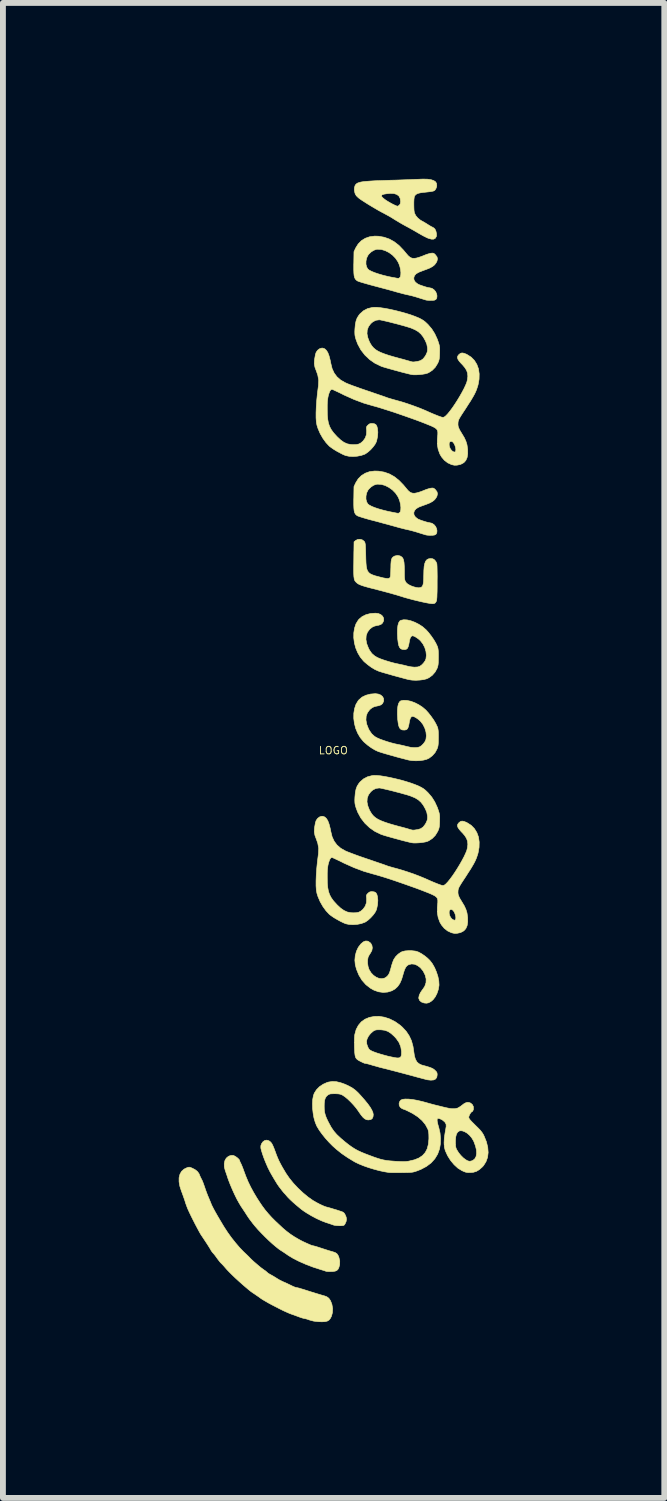
<source format=kicad_pcb>
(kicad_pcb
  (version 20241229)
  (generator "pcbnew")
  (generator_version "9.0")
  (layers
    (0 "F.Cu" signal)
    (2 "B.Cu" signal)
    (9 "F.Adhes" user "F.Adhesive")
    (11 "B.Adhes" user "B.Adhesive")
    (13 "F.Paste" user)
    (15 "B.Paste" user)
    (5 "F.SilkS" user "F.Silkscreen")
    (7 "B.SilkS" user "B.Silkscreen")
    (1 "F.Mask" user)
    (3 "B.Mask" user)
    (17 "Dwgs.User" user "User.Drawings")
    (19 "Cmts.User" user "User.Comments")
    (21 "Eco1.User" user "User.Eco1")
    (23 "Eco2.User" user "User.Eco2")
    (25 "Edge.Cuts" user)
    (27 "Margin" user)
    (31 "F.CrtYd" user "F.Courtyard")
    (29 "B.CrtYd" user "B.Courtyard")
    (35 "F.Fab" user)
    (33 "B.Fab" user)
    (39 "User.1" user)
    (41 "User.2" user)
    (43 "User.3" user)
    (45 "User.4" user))
  (footprint "LOGO"
    (layer "F.Cu")
    (at 2.636 9.753)
    (property "Reference" "LOGO" (at 0 0 0) (layer "F.SilkS") (effects (font (size 0.127 0.127) (thickness 0.000001))))
    (attr through_hole)
    (fp_poly (pts (xy -1.113 6.653) (xy -1.088 6.665) (xy -1.068 6.682) (xy -1.05 6.704) (xy -1.033 6.737) (xy -1.014 6.781) (xy -0.992 6.839) (xy -0.97 6.9) (xy -0.948 6.954) (xy -0.926 7.003) (xy -0.9 7.054) (xy -0.87 7.109) (xy -0.832 7.173) (xy -0.807 7.215) (xy -0.75 7.298) (xy -0.681 7.383) (xy -0.602 7.467) (xy -0.517 7.547) (xy -0.43 7.619) (xy -0.346 7.678) (xy -0.339 7.682) (xy -0.289 7.711) (xy -0.236 7.739) (xy -0.185 7.763) (xy -0.142 7.781) (xy -0.113 7.79) (xy -0.081 7.798) (xy -0.04 7.81) (xy 0.006 7.824) (xy 0.054 7.838) (xy 0.099 7.853) (xy 0.136 7.865) (xy 0.162 7.875) (xy 0.169 7.879) (xy 0.189 7.897) (xy 0.206 7.928) (xy 0.22 7.963) (xy 0.225 7.998) (xy 0.225 7.998) (xy 0.219 8.036) (xy 0.202 8.074) (xy 0.19 8.093) (xy 0.178 8.102) (xy 0.16 8.106) (xy 0.13 8.108) (xy 0.104 8.108) (xy 0.064 8.106) (xy 0.027 8.102) (xy 0.001 8.096) (xy 0 8.095) (xy -0.023 8.087) (xy -0.058 8.075) (xy -0.1 8.061) (xy -0.126 8.053) (xy -0.201 8.024) (xy -0.284 7.986) (xy -0.369 7.941) (xy -0.45 7.893) (xy -0.505 7.857) (xy -0.546 7.827) (xy -0.592 7.789) (xy -0.642 7.747) (xy -0.69 7.705) (xy -0.734 7.664) (xy -0.77 7.628) (xy -0.793 7.602) (xy -0.812 7.579) (xy -0.827 7.562) (xy -0.831 7.559) (xy -0.843 7.546) (xy -0.861 7.524) (xy -0.871 7.512) (xy -0.89 7.487) (xy -0.906 7.466) (xy -0.911 7.46) (xy -0.93 7.435) (xy -0.956 7.397) (xy -0.985 7.35) (xy -1.017 7.297) (xy -1.049 7.242) (xy -1.079 7.189) (xy -1.103 7.141) (xy -1.111 7.126) (xy -1.137 7.067) (xy -1.164 7.003) (xy -1.189 6.938) (xy -1.21 6.877) (xy -1.226 6.824) (xy -1.236 6.784) (xy -1.236 6.744) (xy -1.223 6.708) (xy -1.201 6.677) (xy -1.173 6.656) (xy -1.14 6.648) (xy -1.113 6.653)) (stroke (width 0.01) (type solid)) (fill yes) (layer "F.SilkS"))
    (fp_poly (pts (xy 0.582 3.252) (xy 0.602 3.26) (xy 0.638 3.287) (xy 0.659 3.325) (xy 0.666 3.368) (xy 0.658 3.413) (xy 0.634 3.457) (xy 0.633 3.458) (xy 0.613 3.489) (xy 0.596 3.522) (xy 0.593 3.531) (xy 0.585 3.576) (xy 0.585 3.629) (xy 0.593 3.684) (xy 0.608 3.732) (xy 0.612 3.74) (xy 0.644 3.793) (xy 0.685 3.836) (xy 0.731 3.868) (xy 0.779 3.888) (xy 0.827 3.894) (xy 0.872 3.885) (xy 0.894 3.873) (xy 0.92 3.853) (xy 0.94 3.829) (xy 0.957 3.798) (xy 0.971 3.757) (xy 0.984 3.711) (xy 0.996 3.665) (xy 1.011 3.619) (xy 1.025 3.582) (xy 1.031 3.568) (xy 1.063 3.519) (xy 1.107 3.475) (xy 1.156 3.441) (xy 1.183 3.43) (xy 1.225 3.42) (xy 1.279 3.416) (xy 1.337 3.416) (xy 1.392 3.422) (xy 1.411 3.425) (xy 1.454 3.44) (xy 1.504 3.467) (xy 1.556 3.502) (xy 1.606 3.542) (xy 1.647 3.582) (xy 1.69 3.638) (xy 1.728 3.705) (xy 1.76 3.78) (xy 1.785 3.857) (xy 1.8 3.932) (xy 1.804 3.999) (xy 1.803 4.013) (xy 1.791 4.08) (xy 1.769 4.145) (xy 1.739 4.204) (xy 1.702 4.252) (xy 1.667 4.282) (xy 1.628 4.304) (xy 1.591 4.312) (xy 1.549 4.308) (xy 1.546 4.307) (xy 1.503 4.291) (xy 1.473 4.265) (xy 1.459 4.231) (xy 1.458 4.219) (xy 1.466 4.178) (xy 1.487 4.132) (xy 1.518 4.086) (xy 1.523 4.081) (xy 1.561 4.024) (xy 1.582 3.962) (xy 1.584 3.898) (xy 1.568 3.833) (xy 1.535 3.767) (xy 1.529 3.758) (xy 1.486 3.706) (xy 1.437 3.669) (xy 1.387 3.647) (xy 1.336 3.642) (xy 1.286 3.654) (xy 1.283 3.656) (xy 1.256 3.674) (xy 1.234 3.702) (xy 1.215 3.742) (xy 1.197 3.797) (xy 1.19 3.823) (xy 1.165 3.906) (xy 1.135 3.974) (xy 1.098 4.027) (xy 1.053 4.069) (xy 0.999 4.1) (xy 0.927 4.122) (xy 0.85 4.128) (xy 0.771 4.117) (xy 0.693 4.089) (xy 0.634 4.056) (xy 0.556 3.995) (xy 0.489 3.919) (xy 0.436 3.831) (xy 0.395 3.731) (xy 0.375 3.653) (xy 0.368 3.578) (xy 0.375 3.501) (xy 0.395 3.426) (xy 0.427 3.358) (xy 0.47 3.302) (xy 0.473 3.299) (xy 0.512 3.266) (xy 0.548 3.251) (xy 0.582 3.252)) (stroke (width 0.01) (type solid)) (fill yes) (layer "F.SilkS"))
    (fp_poly (pts (xy -1.707 6.909) (xy -1.691 6.915) (xy -1.667 6.928) (xy -1.64 6.947) (xy -1.617 6.968) (xy -1.602 6.986) (xy -1.599 6.994) (xy -1.595 7.008) (xy -1.585 7.031) (xy -1.579 7.042) (xy -1.566 7.069) (xy -1.551 7.106) (xy -1.535 7.147) (xy -1.533 7.154) (xy -1.493 7.262) (xy -1.453 7.358) (xy -1.409 7.449) (xy -1.36 7.539) (xy -1.303 7.635) (xy -1.255 7.709) (xy -1.209 7.777) (xy -1.161 7.841) (xy -1.11 7.902) (xy -1.053 7.965) (xy -0.987 8.031) (xy -0.909 8.104) (xy -0.861 8.149) (xy -0.797 8.203) (xy -0.728 8.255) (xy -0.661 8.299) (xy -0.643 8.309) (xy -0.613 8.327) (xy -0.585 8.343) (xy -0.574 8.349) (xy -0.548 8.363) (xy -0.514 8.38) (xy -0.475 8.398) (xy -0.435 8.416) (xy -0.399 8.432) (xy -0.371 8.443) (xy -0.355 8.448) (xy -0.354 8.448) (xy -0.339 8.451) (xy -0.311 8.458) (xy -0.274 8.469) (xy -0.252 8.476) (xy -0.182 8.499) (xy -0.126 8.517) (xy -0.083 8.531) (xy -0.049 8.541) (xy -0.021 8.549) (xy -0.01 8.552) (xy 0.032 8.566) (xy 0.062 8.586) (xy 0.082 8.615) (xy 0.094 8.642) (xy 0.11 8.707) (xy 0.109 8.769) (xy 0.097 8.816) (xy 0.082 8.849) (xy 0.062 8.87) (xy 0.032 8.883) (xy -0.009 8.889) (xy -0.045 8.89) (xy -0.08 8.89) (xy -0.107 8.888) (xy -0.122 8.886) (xy -0.123 8.886) (xy -0.133 8.882) (xy -0.158 8.873) (xy -0.192 8.863) (xy -0.221 8.854) (xy -0.348 8.813) (xy -0.468 8.767) (xy -0.58 8.718) (xy -0.681 8.667) (xy -0.766 8.616) (xy -0.79 8.599) (xy -0.825 8.575) (xy -0.861 8.551) (xy -0.889 8.533) (xy -0.89 8.533) (xy -0.932 8.504) (xy -0.983 8.463) (xy -1.041 8.414) (xy -1.103 8.357) (xy -1.166 8.296) (xy -1.228 8.233) (xy -1.286 8.172) (xy -1.337 8.113) (xy -1.373 8.069) (xy -1.403 8.029) (xy -1.426 7.999) (xy -1.446 7.971) (xy -1.466 7.941) (xy -1.491 7.902) (xy -1.517 7.862) (xy -1.545 7.82) (xy -1.568 7.785) (xy -1.572 7.78) (xy -1.606 7.723) (xy -1.645 7.653) (xy -1.684 7.574) (xy -1.722 7.49) (xy -1.758 7.405) (xy -1.789 7.325) (xy -1.801 7.291) (xy -1.815 7.247) (xy -1.831 7.201) (xy -1.844 7.164) (xy -1.859 7.104) (xy -1.86 7.047) (xy -1.849 6.997) (xy -1.826 6.956) (xy -1.791 6.926) (xy -1.763 6.914) (xy -1.732 6.908) (xy -1.707 6.909)) (stroke (width 0.01) (type solid)) (fill yes) (layer "F.SilkS"))
    (fp_poly (pts (xy 0.874 4.551) (xy 0.966 4.582) (xy 1.056 4.628) (xy 1.142 4.689) (xy 1.177 4.72) (xy 1.244 4.792) (xy 1.295 4.869) (xy 1.334 4.953) (xy 1.36 5.049) (xy 1.373 5.136) (xy 1.384 5.21) (xy 1.401 5.267) (xy 1.425 5.311) (xy 1.458 5.342) (xy 1.501 5.364) (xy 1.528 5.372) (xy 1.591 5.389) (xy 1.639 5.404) (xy 1.676 5.418) (xy 1.704 5.432) (xy 1.727 5.449) (xy 1.734 5.456) (xy 1.757 5.479) (xy 1.768 5.497) (xy 1.772 5.519) (xy 1.772 5.537) (xy 1.765 5.577) (xy 1.745 5.605) (xy 1.712 5.621) (xy 1.664 5.625) (xy 1.609 5.619) (xy 1.591 5.615) (xy 1.56 5.607) (xy 1.518 5.596) (xy 1.47 5.583) (xy 1.453 5.579) (xy 1.37 5.556) (xy 1.277 5.531) (xy 1.18 5.505) (xy 1.082 5.479) (xy 0.989 5.455) (xy 0.905 5.433) (xy 0.847 5.419) (xy 0.791 5.405) (xy 0.732 5.388) (xy 0.677 5.373) (xy 0.641 5.362) (xy 0.603 5.351) (xy 0.571 5.343) (xy 0.551 5.339) (xy 0.546 5.339) (xy 0.535 5.337) (xy 0.512 5.328) (xy 0.481 5.313) (xy 0.47 5.308) (xy 0.436 5.29) (xy 0.41 5.273) (xy 0.392 5.255) (xy 0.379 5.232) (xy 0.371 5.2) (xy 0.366 5.158) (xy 0.363 5.102) (xy 0.361 5.06) (xy 0.36 4.984) (xy 0.567 4.984) (xy 0.574 5.017) (xy 0.585 5.048) (xy 0.599 5.08) (xy 0.613 5.1) (xy 0.633 5.115) (xy 0.659 5.129) (xy 0.698 5.145) (xy 0.748 5.163) (xy 0.807 5.181) (xy 0.87 5.199) (xy 0.933 5.216) (xy 0.993 5.229) (xy 1.046 5.24) (xy 1.088 5.246) (xy 1.11 5.246) (xy 1.137 5.24) (xy 1.154 5.223) (xy 1.155 5.221) (xy 1.163 5.192) (xy 1.164 5.147) (xy 1.164 5.131) (xy 1.151 5.054) (xy 1.122 4.983) (xy 1.075 4.915) (xy 1.04 4.877) (xy 0.986 4.828) (xy 0.934 4.794) (xy 0.88 4.774) (xy 0.819 4.766) (xy 0.793 4.765) (xy 0.754 4.765) (xy 0.727 4.768) (xy 0.706 4.775) (xy 0.685 4.787) (xy 0.676 4.793) (xy 0.636 4.829) (xy 0.601 4.873) (xy 0.577 4.92) (xy 0.569 4.952) (xy 0.567 4.984) (xy 0.36 4.984) (xy 0.36 4.977) (xy 0.361 4.91) (xy 0.365 4.859) (xy 0.367 4.845) (xy 0.39 4.761) (xy 0.428 4.689) (xy 0.478 4.63) (xy 0.541 4.585) (xy 0.615 4.554) (xy 0.699 4.538) (xy 0.782 4.536) (xy 0.874 4.551)) (stroke (width 0.01) (type solid)) (fill yes) (layer "F.SilkS"))
    (fp_poly (pts (xy 0.743 -7.56) (xy 0.808 -7.553) (xy 0.884 -7.542) (xy 0.967 -7.526) (xy 1.056 -7.506) (xy 1.146 -7.483) (xy 1.234 -7.459) (xy 1.317 -7.433) (xy 1.392 -7.406) (xy 1.455 -7.38) (xy 1.458 -7.379) (xy 1.503 -7.356) (xy 1.538 -7.335) (xy 1.57 -7.31) (xy 1.605 -7.277) (xy 1.618 -7.264) (xy 1.68 -7.191) (xy 1.731 -7.11) (xy 1.774 -7.017) (xy 1.792 -6.966) (xy 1.803 -6.932) (xy 1.81 -6.903) (xy 1.814 -6.874) (xy 1.815 -6.84) (xy 1.814 -6.794) (xy 1.814 -6.778) (xy 1.812 -6.728) (xy 1.809 -6.692) (xy 1.804 -6.664) (xy 1.796 -6.639) (xy 1.785 -6.613) (xy 1.78 -6.603) (xy 1.74 -6.538) (xy 1.688 -6.485) (xy 1.628 -6.446) (xy 1.605 -6.436) (xy 1.57 -6.426) (xy 1.522 -6.418) (xy 1.469 -6.412) (xy 1.416 -6.409) (xy 1.369 -6.409) (xy 1.336 -6.413) (xy 1.296 -6.422) (xy 1.244 -6.435) (xy 1.183 -6.45) (xy 1.118 -6.468) (xy 1.051 -6.486) (xy 0.986 -6.504) (xy 0.926 -6.521) (xy 0.874 -6.536) (xy 0.835 -6.548) (xy 0.814 -6.556) (xy 0.712 -6.605) (xy 0.62 -6.669) (xy 0.539 -6.746) (xy 0.47 -6.835) (xy 0.417 -6.933) (xy 0.389 -7.007) (xy 0.378 -7.044) (xy 0.371 -7.075) (xy 0.368 -7.105) (xy 0.368 -7.109) (xy 0.575 -7.109) (xy 0.59 -7.039) (xy 0.614 -6.977) (xy 0.636 -6.935) (xy 0.66 -6.899) (xy 0.687 -6.868) (xy 0.721 -6.839) (xy 0.762 -6.813) (xy 0.812 -6.789) (xy 0.874 -6.765) (xy 0.948 -6.74) (xy 1.037 -6.714) (xy 1.143 -6.685) (xy 1.148 -6.684) (xy 1.201 -6.67) (xy 1.249 -6.656) (xy 1.289 -6.645) (xy 1.316 -6.637) (xy 1.326 -6.634) (xy 1.354 -6.628) (xy 1.373 -6.628) (xy 1.398 -6.631) (xy 1.429 -6.636) (xy 1.439 -6.637) (xy 1.491 -6.652) (xy 1.534 -6.682) (xy 1.57 -6.729) (xy 1.582 -6.751) (xy 1.598 -6.786) (xy 1.606 -6.813) (xy 1.608 -6.84) (xy 1.607 -6.87) (xy 1.595 -6.933) (xy 1.571 -6.99) (xy 1.535 -7.054) (xy 1.496 -7.104) (xy 1.45 -7.145) (xy 1.394 -7.178) (xy 1.324 -7.208) (xy 1.289 -7.219) (xy 1.247 -7.232) (xy 1.195 -7.247) (xy 1.136 -7.263) (xy 1.073 -7.28) (xy 1.009 -7.296) (xy 0.948 -7.312) (xy 0.892 -7.325) (xy 0.844 -7.336) (xy 0.807 -7.344) (xy 0.785 -7.347) (xy 0.783 -7.347) (xy 0.726 -7.339) (xy 0.675 -7.313) (xy 0.639 -7.282) (xy 0.6 -7.23) (xy 0.579 -7.172) (xy 0.575 -7.109) (xy 0.368 -7.109) (xy 0.367 -7.142) (xy 0.369 -7.19) (xy 0.376 -7.266) (xy 0.388 -7.327) (xy 0.407 -7.378) (xy 0.436 -7.424) (xy 0.457 -7.45) (xy 0.516 -7.502) (xy 0.585 -7.538) (xy 0.663 -7.557) (xy 0.693 -7.56) (xy 0.743 -7.56)) (stroke (width 0.01) (type solid)) (fill yes) (layer "F.SilkS"))
    (fp_poly (pts (xy 0.743 0.427) (xy 0.808 0.433) (xy 0.884 0.445) (xy 0.967 0.461) (xy 1.056 0.481) (xy 1.146 0.503) (xy 1.234 0.528) (xy 1.317 0.554) (xy 1.392 0.581) (xy 1.455 0.607) (xy 1.458 0.608) (xy 1.503 0.631) (xy 1.538 0.652) (xy 1.57 0.677) (xy 1.605 0.71) (xy 1.618 0.723) (xy 1.68 0.796) (xy 1.731 0.877) (xy 1.774 0.97) (xy 1.792 1.021) (xy 1.803 1.055) (xy 1.81 1.084) (xy 1.814 1.112) (xy 1.815 1.147) (xy 1.814 1.193) (xy 1.814 1.209) (xy 1.812 1.259) (xy 1.809 1.295) (xy 1.804 1.323) (xy 1.796 1.348) (xy 1.785 1.374) (xy 1.78 1.384) (xy 1.74 1.449) (xy 1.688 1.502) (xy 1.628 1.541) (xy 1.605 1.551) (xy 1.57 1.561) (xy 1.522 1.569) (xy 1.469 1.575) (xy 1.416 1.578) (xy 1.369 1.578) (xy 1.336 1.574) (xy 1.296 1.565) (xy 1.244 1.552) (xy 1.183 1.537) (xy 1.118 1.519) (xy 1.051 1.501) (xy 0.986 1.483) (xy 0.926 1.466) (xy 0.874 1.451) (xy 0.835 1.438) (xy 0.814 1.431) (xy 0.712 1.382) (xy 0.62 1.318) (xy 0.539 1.241) (xy 0.47 1.152) (xy 0.417 1.054) (xy 0.389 0.98) (xy 0.378 0.943) (xy 0.371 0.912) (xy 0.368 0.882) (xy 0.368 0.878) (xy 0.575 0.878) (xy 0.59 0.948) (xy 0.614 1.01) (xy 0.636 1.051) (xy 0.66 1.088) (xy 0.687 1.119) (xy 0.721 1.148) (xy 0.762 1.174) (xy 0.812 1.198) (xy 0.874 1.222) (xy 0.948 1.247) (xy 1.037 1.273) (xy 1.143 1.302) (xy 1.148 1.303) (xy 1.201 1.317) (xy 1.249 1.33) (xy 1.289 1.342) (xy 1.316 1.35) (xy 1.326 1.353) (xy 1.354 1.359) (xy 1.373 1.359) (xy 1.398 1.356) (xy 1.429 1.351) (xy 1.439 1.35) (xy 1.491 1.335) (xy 1.534 1.305) (xy 1.57 1.258) (xy 1.582 1.236) (xy 1.598 1.201) (xy 1.606 1.174) (xy 1.608 1.146) (xy 1.607 1.117) (xy 1.595 1.054) (xy 1.571 0.997) (xy 1.535 0.933) (xy 1.496 0.883) (xy 1.45 0.842) (xy 1.394 0.808) (xy 1.324 0.779) (xy 1.289 0.767) (xy 1.247 0.754) (xy 1.195 0.74) (xy 1.136 0.723) (xy 1.073 0.707) (xy 1.009 0.69) (xy 0.948 0.675) (xy 0.892 0.662) (xy 0.844 0.651) (xy 0.807 0.643) (xy 0.785 0.64) (xy 0.783 0.64) (xy 0.726 0.648) (xy 0.675 0.674) (xy 0.639 0.705) (xy 0.6 0.757) (xy 0.579 0.815) (xy 0.575 0.878) (xy 0.368 0.878) (xy 0.367 0.845) (xy 0.369 0.797) (xy 0.376 0.721) (xy 0.388 0.66) (xy 0.407 0.609) (xy 0.436 0.563) (xy 0.457 0.537) (xy 0.516 0.485) (xy 0.585 0.449) (xy 0.663 0.429) (xy 0.693 0.426) (xy 0.743 0.427)) (stroke (width 0.01) (type solid)) (fill yes) (layer "F.SilkS"))
    (fp_poly (pts (xy 1.607 -9.746) (xy 1.669 -9.737) (xy 1.714 -9.722) (xy 1.745 -9.701) (xy 1.762 -9.672) (xy 1.765 -9.636) (xy 1.764 -9.623) (xy 1.754 -9.592) (xy 1.739 -9.566) (xy 1.736 -9.562) (xy 1.727 -9.554) (xy 1.718 -9.548) (xy 1.705 -9.543) (xy 1.686 -9.539) (xy 1.658 -9.534) (xy 1.617 -9.529) (xy 1.562 -9.523) (xy 1.538 -9.521) (xy 1.483 -9.513) (xy 1.443 -9.503) (xy 1.415 -9.489) (xy 1.395 -9.47) (xy 1.385 -9.454) (xy 1.38 -9.433) (xy 1.376 -9.399) (xy 1.374 -9.355) (xy 1.374 -9.307) (xy 1.375 -9.259) (xy 1.377 -9.216) (xy 1.382 -9.182) (xy 1.384 -9.171) (xy 1.406 -9.126) (xy 1.442 -9.083) (xy 1.487 -9.047) (xy 1.509 -9.034) (xy 1.544 -9.015) (xy 1.584 -8.991) (xy 1.609 -8.975) (xy 1.641 -8.955) (xy 1.672 -8.937) (xy 1.691 -8.928) (xy 1.716 -8.913) (xy 1.735 -8.894) (xy 1.751 -8.859) (xy 1.76 -8.818) (xy 1.761 -8.78) (xy 1.757 -8.767) (xy 1.74 -8.738) (xy 1.712 -8.723) (xy 1.674 -8.723) (xy 1.624 -8.737) (xy 1.608 -8.743) (xy 1.579 -8.757) (xy 1.539 -8.777) (xy 1.494 -8.802) (xy 1.452 -8.826) (xy 1.399 -8.857) (xy 1.339 -8.891) (xy 1.28 -8.924) (xy 1.246 -8.942) (xy 1.193 -8.971) (xy 1.134 -9.005) (xy 1.076 -9.04) (xy 1.041 -9.061) (xy 0.994 -9.091) (xy 0.942 -9.121) (xy 0.894 -9.147) (xy 0.863 -9.164) (xy 0.817 -9.188) (xy 0.763 -9.218) (xy 0.705 -9.252) (xy 0.644 -9.288) (xy 0.585 -9.324) (xy 0.53 -9.359) (xy 0.482 -9.39) (xy 0.445 -9.416) (xy 0.425 -9.432) (xy 0.395 -9.462) (xy 0.39 -9.469) (xy 0.821 -9.469) (xy 0.824 -9.452) (xy 0.843 -9.43) (xy 0.877 -9.402) (xy 0.907 -9.381) (xy 0.945 -9.358) (xy 0.985 -9.335) (xy 1.025 -9.314) (xy 1.06 -9.298) (xy 1.086 -9.287) (xy 1.096 -9.285) (xy 1.11 -9.291) (xy 1.127 -9.304) (xy 1.142 -9.325) (xy 1.147 -9.354) (xy 1.148 -9.366) (xy 1.141 -9.418) (xy 1.12 -9.458) (xy 1.085 -9.485) (xy 1.036 -9.501) (xy 0.973 -9.504) (xy 0.918 -9.499) (xy 0.867 -9.491) (xy 0.835 -9.481) (xy 0.821 -9.469) (xy 0.39 -9.469) (xy 0.376 -9.491) (xy 0.368 -9.515) (xy 0.359 -9.561) (xy 0.36 -9.598) (xy 0.37 -9.632) (xy 0.372 -9.638) (xy 0.382 -9.654) (xy 0.395 -9.667) (xy 0.413 -9.679) (xy 0.438 -9.688) (xy 0.47 -9.697) (xy 0.513 -9.704) (xy 0.566 -9.709) (xy 0.631 -9.714) (xy 0.711 -9.719) (xy 0.805 -9.722) (xy 0.916 -9.726) (xy 0.974 -9.728) (xy 1.059 -9.73) (xy 1.143 -9.733) (xy 1.222 -9.736) (xy 1.294 -9.738) (xy 1.356 -9.741) (xy 1.404 -9.743) (xy 1.435 -9.744) (xy 1.53 -9.748) (xy 1.607 -9.746)) (stroke (width 0.01) (type solid)) (fill yes) (layer "F.SilkS"))
    (fp_poly (pts (xy 0.492 -3.594) (xy 0.524 -3.571) (xy 0.533 -3.56) (xy 0.539 -3.548) (xy 0.543 -3.532) (xy 0.547 -3.508) (xy 0.549 -3.473) (xy 0.551 -3.425) (xy 0.553 -3.362) (xy 0.553 -3.36) (xy 0.555 -3.271) (xy 0.558 -3.198) (xy 0.563 -3.14) (xy 0.572 -3.095) (xy 0.586 -3.06) (xy 0.607 -3.033) (xy 0.634 -3.012) (xy 0.671 -2.995) (xy 0.717 -2.979) (xy 0.775 -2.964) (xy 0.793 -2.959) (xy 0.853 -2.944) (xy 0.898 -2.936) (xy 0.931 -2.933) (xy 0.952 -2.937) (xy 0.966 -2.947) (xy 0.973 -2.962) (xy 0.976 -2.978) (xy 0.978 -3.009) (xy 0.98 -3.051) (xy 0.981 -3.099) (xy 0.982 -3.117) (xy 0.983 -3.179) (xy 0.987 -3.226) (xy 0.993 -3.259) (xy 1.003 -3.283) (xy 1.019 -3.3) (xy 1.04 -3.313) (xy 1.051 -3.318) (xy 1.096 -3.327) (xy 1.139 -3.319) (xy 1.171 -3.299) (xy 1.187 -3.279) (xy 1.199 -3.248) (xy 1.207 -3.205) (xy 1.211 -3.147) (xy 1.213 -3.073) (xy 1.213 -3.043) (xy 1.213 -2.985) (xy 1.215 -2.941) (xy 1.22 -2.909) (xy 1.228 -2.886) (xy 1.241 -2.866) (xy 1.258 -2.848) (xy 1.287 -2.828) (xy 1.327 -2.808) (xy 1.374 -2.791) (xy 1.419 -2.78) (xy 1.454 -2.775) (xy 1.483 -2.778) (xy 1.505 -2.786) (xy 1.521 -2.804) (xy 1.532 -2.832) (xy 1.539 -2.872) (xy 1.542 -2.928) (xy 1.543 -2.986) (xy 1.545 -3.071) (xy 1.55 -3.139) (xy 1.561 -3.191) (xy 1.576 -3.229) (xy 1.598 -3.255) (xy 1.625 -3.269) (xy 1.66 -3.274) (xy 1.66 -3.274) (xy 1.692 -3.271) (xy 1.715 -3.261) (xy 1.731 -3.247) (xy 1.751 -3.221) (xy 1.765 -3.192) (xy 1.766 -3.188) (xy 1.768 -3.171) (xy 1.77 -3.138) (xy 1.771 -3.091) (xy 1.772 -3.032) (xy 1.773 -2.966) (xy 1.772 -2.894) (xy 1.772 -2.863) (xy 1.772 -2.778) (xy 1.771 -2.71) (xy 1.769 -2.657) (xy 1.768 -2.616) (xy 1.765 -2.586) (xy 1.763 -2.565) (xy 1.759 -2.55) (xy 1.756 -2.542) (xy 1.746 -2.526) (xy 1.735 -2.514) (xy 1.719 -2.507) (xy 1.698 -2.504) (xy 1.668 -2.506) (xy 1.627 -2.512) (xy 1.573 -2.522) (xy 1.503 -2.537) (xy 1.487 -2.541) (xy 1.423 -2.556) (xy 1.353 -2.573) (xy 1.287 -2.591) (xy 1.228 -2.607) (xy 1.205 -2.614) (xy 1.086 -2.651) (xy 0.962 -2.686) (xy 0.829 -2.722) (xy 0.682 -2.76) (xy 0.677 -2.761) (xy 0.6 -2.781) (xy 0.539 -2.798) (xy 0.491 -2.813) (xy 0.455 -2.827) (xy 0.426 -2.841) (xy 0.405 -2.856) (xy 0.393 -2.867) (xy 0.382 -2.878) (xy 0.373 -2.889) (xy 0.365 -2.902) (xy 0.359 -2.919) (xy 0.355 -2.941) (xy 0.351 -2.97) (xy 0.349 -3.008) (xy 0.348 -3.056) (xy 0.348 -3.116) (xy 0.349 -3.189) (xy 0.35 -3.277) (xy 0.351 -3.382) (xy 0.352 -3.409) (xy 0.354 -3.559) (xy 0.38 -3.581) (xy 0.414 -3.599) (xy 0.454 -3.603) (xy 0.492 -3.594)) (stroke (width 0.01) (type solid)) (fill yes) (layer "F.SilkS"))
    (fp_poly (pts (xy 0.769 -2.336) (xy 0.81 -2.318) (xy 0.841 -2.291) (xy 0.858 -2.258) (xy 0.86 -2.22) (xy 0.856 -2.207) (xy 0.84 -2.174) (xy 0.814 -2.151) (xy 0.776 -2.137) (xy 0.756 -2.134) (xy 0.705 -2.122) (xy 0.665 -2.104) (xy 0.628 -2.075) (xy 0.62 -2.068) (xy 0.582 -2.017) (xy 0.561 -1.959) (xy 0.557 -1.894) (xy 0.57 -1.822) (xy 0.601 -1.743) (xy 0.618 -1.711) (xy 0.657 -1.655) (xy 0.708 -1.611) (xy 0.751 -1.586) (xy 0.794 -1.567) (xy 0.852 -1.546) (xy 0.917 -1.525) (xy 0.984 -1.505) (xy 1.049 -1.488) (xy 1.096 -1.478) (xy 1.146 -1.467) (xy 1.199 -1.456) (xy 1.246 -1.444) (xy 1.26 -1.44) (xy 1.323 -1.427) (xy 1.383 -1.421) (xy 1.436 -1.424) (xy 1.47 -1.433) (xy 1.504 -1.455) (xy 1.538 -1.489) (xy 1.566 -1.528) (xy 1.581 -1.563) (xy 1.588 -1.624) (xy 1.581 -1.689) (xy 1.561 -1.756) (xy 1.529 -1.818) (xy 1.487 -1.872) (xy 1.483 -1.876) (xy 1.451 -1.904) (xy 1.415 -1.929) (xy 1.382 -1.948) (xy 1.356 -1.956) (xy 1.352 -1.957) (xy 1.331 -1.948) (xy 1.314 -1.922) (xy 1.301 -1.881) (xy 1.298 -1.862) (xy 1.288 -1.807) (xy 1.277 -1.768) (xy 1.264 -1.742) (xy 1.247 -1.728) (xy 1.223 -1.722) (xy 1.208 -1.722) (xy 1.175 -1.725) (xy 1.15 -1.736) (xy 1.131 -1.758) (xy 1.117 -1.791) (xy 1.107 -1.839) (xy 1.099 -1.903) (xy 1.094 -1.992) (xy 1.095 -2.069) (xy 1.102 -2.131) (xy 1.115 -2.178) (xy 1.135 -2.209) (xy 1.153 -2.22) (xy 1.201 -2.23) (xy 1.259 -2.227) (xy 1.324 -2.212) (xy 1.391 -2.187) (xy 1.458 -2.153) (xy 1.522 -2.112) (xy 1.578 -2.063) (xy 1.581 -2.061) (xy 1.625 -2.012) (xy 1.67 -1.954) (xy 1.713 -1.892) (xy 1.748 -1.833) (xy 1.772 -1.783) (xy 1.781 -1.76) (xy 1.786 -1.738) (xy 1.79 -1.712) (xy 1.792 -1.679) (xy 1.793 -1.635) (xy 1.793 -1.592) (xy 1.792 -1.536) (xy 1.791 -1.494) (xy 1.788 -1.463) (xy 1.783 -1.438) (xy 1.776 -1.414) (xy 1.769 -1.397) (xy 1.736 -1.337) (xy 1.689 -1.283) (xy 1.633 -1.242) (xy 1.594 -1.223) (xy 1.542 -1.209) (xy 1.479 -1.201) (xy 1.411 -1.197) (xy 1.344 -1.2) (xy 1.291 -1.208) (xy 1.254 -1.217) (xy 1.205 -1.23) (xy 1.147 -1.246) (xy 1.083 -1.263) (xy 1.017 -1.281) (xy 0.952 -1.3) (xy 0.892 -1.317) (xy 0.839 -1.332) (xy 0.798 -1.345) (xy 0.771 -1.354) (xy 0.769 -1.355) (xy 0.711 -1.381) (xy 0.648 -1.419) (xy 0.586 -1.465) (xy 0.529 -1.513) (xy 0.514 -1.528) (xy 0.46 -1.594) (xy 0.416 -1.669) (xy 0.382 -1.751) (xy 0.36 -1.836) (xy 0.349 -1.922) (xy 0.35 -2.007) (xy 0.363 -2.087) (xy 0.387 -2.16) (xy 0.425 -2.222) (xy 0.439 -2.239) (xy 0.491 -2.283) (xy 0.557 -2.316) (xy 0.634 -2.336) (xy 0.719 -2.342) (xy 0.769 -2.336)) (stroke (width 0.01) (type solid)) (fill yes) (layer "F.SilkS"))
    (fp_poly (pts (xy 0.769 -0.962) (xy 0.81 -0.945) (xy 0.841 -0.918) (xy 0.858 -0.885) (xy 0.86 -0.847) (xy 0.856 -0.834) (xy 0.84 -0.8) (xy 0.814 -0.778) (xy 0.776 -0.764) (xy 0.756 -0.76) (xy 0.705 -0.749) (xy 0.665 -0.731) (xy 0.628 -0.702) (xy 0.62 -0.694) (xy 0.582 -0.643) (xy 0.561 -0.585) (xy 0.557 -0.52) (xy 0.57 -0.448) (xy 0.601 -0.369) (xy 0.618 -0.338) (xy 0.657 -0.282) (xy 0.708 -0.237) (xy 0.751 -0.213) (xy 0.794 -0.194) (xy 0.852 -0.173) (xy 0.917 -0.151) (xy 0.984 -0.131) (xy 1.049 -0.114) (xy 1.096 -0.104) (xy 1.146 -0.094) (xy 1.199 -0.082) (xy 1.246 -0.07) (xy 1.26 -0.067) (xy 1.323 -0.053) (xy 1.383 -0.048) (xy 1.436 -0.051) (xy 1.47 -0.06) (xy 1.504 -0.081) (xy 1.538 -0.115) (xy 1.566 -0.154) (xy 1.581 -0.19) (xy 1.588 -0.25) (xy 1.581 -0.316) (xy 1.561 -0.382) (xy 1.529 -0.445) (xy 1.487 -0.499) (xy 1.483 -0.502) (xy 1.451 -0.531) (xy 1.415 -0.556) (xy 1.382 -0.574) (xy 1.356 -0.583) (xy 1.352 -0.583) (xy 1.331 -0.574) (xy 1.314 -0.548) (xy 1.301 -0.507) (xy 1.298 -0.488) (xy 1.288 -0.433) (xy 1.277 -0.394) (xy 1.264 -0.369) (xy 1.247 -0.355) (xy 1.223 -0.349) (xy 1.208 -0.348) (xy 1.175 -0.351) (xy 1.15 -0.363) (xy 1.131 -0.384) (xy 1.117 -0.418) (xy 1.107 -0.466) (xy 1.099 -0.529) (xy 1.094 -0.619) (xy 1.095 -0.695) (xy 1.102 -0.757) (xy 1.115 -0.804) (xy 1.135 -0.835) (xy 1.153 -0.847) (xy 1.201 -0.856) (xy 1.259 -0.853) (xy 1.324 -0.839) (xy 1.391 -0.814) (xy 1.458 -0.78) (xy 1.522 -0.738) (xy 1.578 -0.69) (xy 1.581 -0.687) (xy 1.625 -0.638) (xy 1.67 -0.58) (xy 1.713 -0.519) (xy 1.748 -0.459) (xy 1.772 -0.41) (xy 1.781 -0.387) (xy 1.786 -0.364) (xy 1.79 -0.339) (xy 1.792 -0.306) (xy 1.793 -0.261) (xy 1.793 -0.218) (xy 1.792 -0.162) (xy 1.791 -0.121) (xy 1.788 -0.089) (xy 1.783 -0.064) (xy 1.776 -0.041) (xy 1.769 -0.024) (xy 1.736 0.037) (xy 1.689 0.09) (xy 1.633 0.132) (xy 1.594 0.15) (xy 1.542 0.164) (xy 1.479 0.173) (xy 1.411 0.176) (xy 1.344 0.173) (xy 1.291 0.165) (xy 1.254 0.156) (xy 1.205 0.143) (xy 1.147 0.128) (xy 1.083 0.111) (xy 1.017 0.092) (xy 0.952 0.074) (xy 0.892 0.057) (xy 0.839 0.041) (xy 0.798 0.028) (xy 0.771 0.019) (xy 0.769 0.019) (xy 0.711 -0.008) (xy 0.648 -0.046) (xy 0.586 -0.091) (xy 0.529 -0.14) (xy 0.514 -0.154) (xy 0.46 -0.22) (xy 0.416 -0.295) (xy 0.382 -0.377) (xy 0.36 -0.463) (xy 0.349 -0.549) (xy 0.35 -0.634) (xy 0.363 -0.714) (xy 0.387 -0.786) (xy 0.425 -0.849) (xy 0.439 -0.865) (xy 0.491 -0.91) (xy 0.557 -0.942) (xy 0.634 -0.962) (xy 0.719 -0.969) (xy 0.769 -0.962)) (stroke (width 0.01) (type solid)) (fill yes) (layer "F.SilkS"))
    (fp_poly (pts (xy 0.771 -8.773) (xy 0.867 -8.756) (xy 0.956 -8.725) (xy 1.039 -8.679) (xy 1.119 -8.617) (xy 1.196 -8.537) (xy 1.24 -8.484) (xy 1.277 -8.441) (xy 1.31 -8.413) (xy 1.343 -8.398) (xy 1.379 -8.395) (xy 1.416 -8.4) (xy 1.452 -8.41) (xy 1.497 -8.425) (xy 1.541 -8.442) (xy 1.547 -8.445) (xy 1.588 -8.461) (xy 1.629 -8.474) (xy 1.662 -8.482) (xy 1.667 -8.483) (xy 1.695 -8.485) (xy 1.713 -8.481) (xy 1.731 -8.468) (xy 1.745 -8.453) (xy 1.77 -8.419) (xy 1.777 -8.386) (xy 1.769 -8.348) (xy 1.755 -8.321) (xy 1.73 -8.287) (xy 1.695 -8.258) (xy 1.649 -8.232) (xy 1.587 -8.207) (xy 1.579 -8.204) (xy 1.537 -8.189) (xy 1.496 -8.173) (xy 1.463 -8.16) (xy 1.456 -8.157) (xy 1.412 -8.131) (xy 1.384 -8.098) (xy 1.373 -8.061) (xy 1.378 -8.024) (xy 1.401 -7.989) (xy 1.44 -7.959) (xy 1.447 -7.955) (xy 1.473 -7.943) (xy 1.51 -7.93) (xy 1.551 -7.916) (xy 1.59 -7.904) (xy 1.623 -7.896) (xy 1.644 -7.893) (xy 1.683 -7.884) (xy 1.718 -7.86) (xy 1.747 -7.826) (xy 1.764 -7.785) (xy 1.769 -7.754) (xy 1.765 -7.719) (xy 1.751 -7.695) (xy 1.726 -7.682) (xy 1.686 -7.678) (xy 1.667 -7.678) (xy 1.632 -7.679) (xy 1.602 -7.681) (xy 1.585 -7.683) (xy 1.569 -7.688) (xy 1.54 -7.697) (xy 1.5 -7.709) (xy 1.456 -7.723) (xy 1.453 -7.724) (xy 1.401 -7.74) (xy 1.347 -7.755) (xy 1.297 -7.767) (xy 1.265 -7.774) (xy 1.225 -7.783) (xy 1.174 -7.796) (xy 1.119 -7.811) (xy 1.077 -7.822) (xy 1.037 -7.834) (xy 0.983 -7.849) (xy 0.918 -7.867) (xy 0.846 -7.886) (xy 0.771 -7.906) (xy 0.699 -7.925) (xy 0.617 -7.947) (xy 0.547 -7.967) (xy 0.488 -7.984) (xy 0.444 -7.998) (xy 0.415 -8.009) (xy 0.406 -8.014) (xy 0.387 -8.03) (xy 0.373 -8.048) (xy 0.362 -8.072) (xy 0.355 -8.103) (xy 0.351 -8.145) (xy 0.349 -8.199) (xy 0.349 -8.268) (xy 0.349 -8.296) (xy 0.557 -8.296) (xy 0.569 -8.248) (xy 0.589 -8.214) (xy 0.613 -8.194) (xy 0.654 -8.173) (xy 0.708 -8.151) (xy 0.774 -8.129) (xy 0.849 -8.107) (xy 0.93 -8.087) (xy 1.003 -8.072) (xy 1.049 -8.064) (xy 1.079 -8.058) (xy 1.099 -8.055) (xy 1.111 -8.055) (xy 1.118 -8.056) (xy 1.125 -8.06) (xy 1.129 -8.062) (xy 1.144 -8.08) (xy 1.151 -8.112) (xy 1.153 -8.153) (xy 1.148 -8.201) (xy 1.137 -8.252) (xy 1.12 -8.301) (xy 1.103 -8.337) (xy 1.062 -8.398) (xy 1.01 -8.451) (xy 0.95 -8.495) (xy 0.886 -8.527) (xy 0.82 -8.547) (xy 0.756 -8.551) (xy 0.731 -8.548) (xy 0.689 -8.532) (xy 0.646 -8.505) (xy 0.608 -8.469) (xy 0.592 -8.448) (xy 0.569 -8.401) (xy 0.558 -8.349) (xy 0.557 -8.296) (xy 0.349 -8.296) (xy 0.35 -8.313) (xy 0.353 -8.509) (xy 0.382 -8.572) (xy 0.425 -8.641) (xy 0.48 -8.697) (xy 0.546 -8.738) (xy 0.621 -8.764) (xy 0.706 -8.775) (xy 0.771 -8.773)) (stroke (width 0.01) (type solid)) (fill yes) (layer "F.SilkS"))
    (fp_poly (pts (xy 0.771 -4.765) (xy 0.867 -4.749) (xy 0.956 -4.718) (xy 1.039 -4.672) (xy 1.119 -4.609) (xy 1.196 -4.53) (xy 1.24 -4.477) (xy 1.277 -4.433) (xy 1.31 -4.405) (xy 1.343 -4.391) (xy 1.379 -4.387) (xy 1.416 -4.393) (xy 1.452 -4.402) (xy 1.497 -4.417) (xy 1.541 -4.434) (xy 1.547 -4.437) (xy 1.588 -4.453) (xy 1.629 -4.466) (xy 1.662 -4.474) (xy 1.667 -4.475) (xy 1.695 -4.477) (xy 1.713 -4.473) (xy 1.731 -4.46) (xy 1.745 -4.446) (xy 1.77 -4.412) (xy 1.777 -4.378) (xy 1.769 -4.34) (xy 1.755 -4.313) (xy 1.73 -4.279) (xy 1.695 -4.25) (xy 1.649 -4.224) (xy 1.587 -4.199) (xy 1.579 -4.196) (xy 1.537 -4.181) (xy 1.496 -4.166) (xy 1.463 -4.153) (xy 1.456 -4.15) (xy 1.412 -4.123) (xy 1.384 -4.09) (xy 1.373 -4.054) (xy 1.378 -4.017) (xy 1.401 -3.982) (xy 1.44 -3.951) (xy 1.447 -3.947) (xy 1.473 -3.936) (xy 1.51 -3.922) (xy 1.551 -3.909) (xy 1.59 -3.897) (xy 1.623 -3.889) (xy 1.644 -3.885) (xy 1.683 -3.876) (xy 1.718 -3.853) (xy 1.747 -3.819) (xy 1.764 -3.778) (xy 1.769 -3.747) (xy 1.765 -3.711) (xy 1.751 -3.688) (xy 1.726 -3.675) (xy 1.686 -3.67) (xy 1.667 -3.67) (xy 1.632 -3.671) (xy 1.602 -3.673) (xy 1.585 -3.676) (xy 1.569 -3.68) (xy 1.54 -3.689) (xy 1.5 -3.701) (xy 1.456 -3.715) (xy 1.453 -3.716) (xy 1.401 -3.732) (xy 1.347 -3.747) (xy 1.297 -3.76) (xy 1.265 -3.767) (xy 1.225 -3.776) (xy 1.174 -3.789) (xy 1.119 -3.803) (xy 1.077 -3.815) (xy 1.037 -3.826) (xy 0.983 -3.841) (xy 0.918 -3.859) (xy 0.846 -3.878) (xy 0.771 -3.899) (xy 0.699 -3.918) (xy 0.617 -3.939) (xy 0.547 -3.959) (xy 0.488 -3.977) (xy 0.444 -3.991) (xy 0.415 -4.002) (xy 0.406 -4.007) (xy 0.387 -4.022) (xy 0.373 -4.04) (xy 0.362 -4.064) (xy 0.355 -4.096) (xy 0.351 -4.137) (xy 0.349 -4.191) (xy 0.349 -4.261) (xy 0.349 -4.289) (xy 0.557 -4.289) (xy 0.569 -4.241) (xy 0.589 -4.206) (xy 0.613 -4.187) (xy 0.654 -4.165) (xy 0.708 -4.143) (xy 0.774 -4.121) (xy 0.849 -4.1) (xy 0.93 -4.08) (xy 1.003 -4.065) (xy 1.049 -4.056) (xy 1.079 -4.05) (xy 1.099 -4.047) (xy 1.111 -4.047) (xy 1.118 -4.049) (xy 1.125 -4.053) (xy 1.129 -4.055) (xy 1.144 -4.072) (xy 1.151 -4.104) (xy 1.153 -4.146) (xy 1.148 -4.193) (xy 1.137 -4.244) (xy 1.12 -4.294) (xy 1.103 -4.33) (xy 1.062 -4.391) (xy 1.01 -4.444) (xy 0.95 -4.487) (xy 0.886 -4.52) (xy 0.82 -4.539) (xy 0.756 -4.543) (xy 0.731 -4.54) (xy 0.689 -4.525) (xy 0.646 -4.497) (xy 0.608 -4.461) (xy 0.592 -4.441) (xy 0.569 -4.394) (xy 0.558 -4.341) (xy 0.557 -4.289) (xy 0.349 -4.289) (xy 0.35 -4.305) (xy 0.353 -4.501) (xy 0.382 -4.564) (xy 0.425 -4.634) (xy 0.48 -4.689) (xy 0.546 -4.73) (xy 0.621 -4.757) (xy 0.706 -4.767) (xy 0.771 -4.765)) (stroke (width 0.01) (type solid)) (fill yes) (layer "F.SilkS"))
    (fp_poly (pts (xy -2.44 7.113) (xy -2.414 7.123) (xy -2.36 7.15) (xy -2.319 7.182) (xy -2.292 7.218) (xy -2.286 7.232) (xy -2.274 7.262) (xy -2.257 7.297) (xy -2.251 7.309) (xy -2.237 7.336) (xy -2.221 7.375) (xy -2.205 7.42) (xy -2.196 7.445) (xy -2.179 7.496) (xy -2.159 7.55) (xy -2.14 7.599) (xy -2.133 7.615) (xy -2.115 7.658) (xy -2.096 7.703) (xy -2.081 7.741) (xy -2.08 7.745) (xy -2.065 7.776) (xy -2.042 7.821) (xy -2.011 7.878) (xy -1.972 7.946) (xy -1.928 8.021) (xy -1.879 8.103) (xy -1.859 8.136) (xy -1.802 8.223) (xy -1.738 8.312) (xy -1.669 8.399) (xy -1.599 8.481) (xy -1.531 8.552) (xy -1.486 8.594) (xy -1.458 8.621) (xy -1.429 8.65) (xy -1.424 8.656) (xy -1.399 8.681) (xy -1.364 8.714) (xy -1.322 8.75) (xy -1.279 8.787) (xy -1.238 8.821) (xy -1.203 8.847) (xy -1.184 8.861) (xy -1.157 8.879) (xy -1.136 8.897) (xy -1.129 8.903) (xy -1.114 8.917) (xy -1.088 8.933) (xy -1.068 8.944) (xy -1.034 8.963) (xy -0.994 8.987) (xy -0.968 9.003) (xy -0.93 9.027) (xy -0.885 9.05) (xy -0.856 9.064) (xy -0.816 9.081) (xy -0.77 9.103) (xy -0.726 9.124) (xy -0.722 9.126) (xy -0.687 9.143) (xy -0.655 9.156) (xy -0.634 9.162) (xy -0.629 9.163) (xy -0.612 9.166) (xy -0.582 9.173) (xy -0.544 9.185) (xy -0.509 9.195) (xy -0.444 9.216) (xy -0.378 9.237) (xy -0.313 9.257) (xy -0.254 9.275) (xy -0.204 9.29) (xy -0.167 9.301) (xy -0.154 9.304) (xy -0.111 9.32) (xy -0.076 9.346) (xy -0.049 9.385) (xy -0.027 9.439) (xy -0.023 9.453) (xy -0.011 9.522) (xy -0.015 9.592) (xy -0.031 9.651) (xy -0.05 9.689) (xy -0.073 9.717) (xy -0.102 9.735) (xy -0.141 9.744) (xy -0.192 9.747) (xy -0.254 9.745) (xy -0.333 9.736) (xy -0.401 9.718) (xy -0.411 9.715) (xy -0.447 9.702) (xy -0.478 9.694) (xy -0.498 9.69) (xy -0.499 9.69) (xy -0.517 9.686) (xy -0.546 9.677) (xy -0.581 9.665) (xy -0.586 9.663) (xy -0.629 9.647) (xy -0.675 9.63) (xy -0.71 9.618) (xy -0.745 9.605) (xy -0.793 9.584) (xy -0.851 9.558) (xy -0.915 9.526) (xy -0.981 9.492) (xy -1.047 9.458) (xy -1.11 9.424) (xy -1.165 9.392) (xy -1.211 9.365) (xy -1.239 9.346) (xy -1.279 9.317) (xy -1.32 9.289) (xy -1.356 9.264) (xy -1.368 9.257) (xy -1.402 9.233) (xy -1.446 9.198) (xy -1.498 9.154) (xy -1.555 9.105) (xy -1.614 9.052) (xy -1.673 8.998) (xy -1.728 8.945) (xy -1.777 8.896) (xy -1.817 8.854) (xy -1.844 8.823) (xy -1.869 8.794) (xy -1.892 8.769) (xy -1.908 8.753) (xy -1.91 8.751) (xy -1.924 8.738) (xy -1.944 8.713) (xy -1.969 8.681) (xy -1.98 8.666) (xy -2.005 8.631) (xy -2.028 8.601) (xy -2.046 8.58) (xy -2.051 8.575) (xy -2.07 8.552) (xy -2.086 8.528) (xy -2.099 8.504) (xy -2.122 8.467) (xy -2.153 8.418) (xy -2.192 8.359) (xy -2.237 8.291) (xy -2.249 8.274) (xy -2.269 8.242) (xy -2.294 8.197) (xy -2.324 8.141) (xy -2.357 8.079) (xy -2.39 8.014) (xy -2.422 7.95) (xy -2.451 7.89) (xy -2.475 7.838) (xy -2.486 7.813) (xy -2.503 7.768) (xy -2.521 7.718) (xy -2.532 7.681) (xy -2.545 7.643) (xy -2.562 7.595) (xy -2.58 7.545) (xy -2.589 7.523) (xy -2.617 7.437) (xy -2.631 7.359) (xy -2.631 7.29) (xy -2.616 7.23) (xy -2.588 7.18) (xy -2.546 7.143) (xy -2.507 7.123) (xy -2.479 7.113) (xy -2.46 7.109) (xy -2.44 7.113)) (stroke (width 0.01) (type solid)) (fill yes) (layer "F.SilkS"))
    (fp_poly (pts (xy -0.18 -6.864) (xy -0.146 -6.852) (xy -0.118 -6.826) (xy -0.093 -6.787) (xy -0.072 -6.731) (xy -0.053 -6.658) (xy -0.042 -6.603) (xy -0.02 -6.514) (xy 0.015 -6.438) (xy 0.063 -6.374) (xy 0.126 -6.319) (xy 0.201 -6.276) (xy 0.229 -6.263) (xy 0.273 -6.245) (xy 0.328 -6.224) (xy 0.392 -6.201) (xy 0.462 -6.176) (xy 0.535 -6.151) (xy 0.555 -6.144) (xy 0.627 -6.12) (xy 0.696 -6.096) (xy 0.76 -6.074) (xy 0.816 -6.055) (xy 0.86 -6.04) (xy 0.89 -6.029) (xy 0.896 -6.027) (xy 0.931 -6.014) (xy 0.978 -6) (xy 1.03 -5.985) (xy 1.07 -5.974) (xy 1.16 -5.949) (xy 1.261 -5.917) (xy 1.367 -5.88) (xy 1.472 -5.841) (xy 1.571 -5.8) (xy 1.613 -5.781) (xy 1.665 -5.758) (xy 1.717 -5.736) (xy 1.764 -5.717) (xy 1.8 -5.703) (xy 1.809 -5.7) (xy 1.843 -5.688) (xy 1.865 -5.683) (xy 1.88 -5.684) (xy 1.895 -5.69) (xy 1.898 -5.692) (xy 1.923 -5.712) (xy 1.955 -5.746) (xy 1.992 -5.792) (xy 2.033 -5.847) (xy 2.075 -5.909) (xy 2.118 -5.976) (xy 2.159 -6.044) (xy 2.197 -6.111) (xy 2.231 -6.175) (xy 2.258 -6.233) (xy 2.277 -6.279) (xy 2.289 -6.327) (xy 2.295 -6.378) (xy 2.295 -6.391) (xy 2.29 -6.44) (xy 2.273 -6.487) (xy 2.243 -6.534) (xy 2.198 -6.587) (xy 2.188 -6.596) (xy 2.15 -6.638) (xy 2.127 -6.673) (xy 2.118 -6.702) (xy 2.123 -6.728) (xy 2.142 -6.753) (xy 2.144 -6.755) (xy 2.17 -6.775) (xy 2.197 -6.782) (xy 2.231 -6.776) (xy 2.274 -6.759) (xy 2.283 -6.754) (xy 2.352 -6.71) (xy 2.407 -6.654) (xy 2.449 -6.586) (xy 2.477 -6.51) (xy 2.489 -6.425) (xy 2.487 -6.334) (xy 2.47 -6.238) (xy 2.453 -6.184) (xy 2.442 -6.152) (xy 2.429 -6.121) (xy 2.414 -6.089) (xy 2.395 -6.053) (xy 2.371 -6.012) (xy 2.342 -5.963) (xy 2.304 -5.905) (xy 2.259 -5.834) (xy 2.216 -5.769) (xy 2.184 -5.72) (xy 2.161 -5.682) (xy 2.145 -5.654) (xy 2.136 -5.631) (xy 2.13 -5.611) (xy 2.128 -5.592) (xy 2.127 -5.56) (xy 2.13 -5.531) (xy 2.14 -5.502) (xy 2.156 -5.467) (xy 2.182 -5.424) (xy 2.196 -5.401) (xy 2.236 -5.334) (xy 2.263 -5.274) (xy 2.281 -5.215) (xy 2.29 -5.151) (xy 2.292 -5.14) (xy 2.293 -5.062) (xy 2.283 -4.998) (xy 2.261 -4.948) (xy 2.227 -4.91) (xy 2.179 -4.884) (xy 2.162 -4.878) (xy 2.11 -4.867) (xy 2.065 -4.866) (xy 2.018 -4.877) (xy 2.017 -4.877) (xy 1.952 -4.907) (xy 1.894 -4.952) (xy 1.846 -5.009) (xy 1.818 -5.058) (xy 1.789 -5.138) (xy 1.777 -5.208) (xy 1.977 -5.208) (xy 1.984 -5.176) (xy 1.998 -5.144) (xy 2.019 -5.117) (xy 2.027 -5.11) (xy 2.056 -5.092) (xy 2.076 -5.092) (xy 2.084 -5.1) (xy 2.091 -5.126) (xy 2.088 -5.161) (xy 2.077 -5.199) (xy 2.061 -5.234) (xy 2.04 -5.261) (xy 2.022 -5.273) (xy 1.999 -5.273) (xy 1.984 -5.26) (xy 1.977 -5.237) (xy 1.977 -5.208) (xy 1.777 -5.208) (xy 1.775 -5.219) (xy 1.775 -5.306) (xy 1.778 -5.34) (xy 1.783 -5.394) (xy 1.783 -5.434) (xy 1.776 -5.462) (xy 1.761 -5.484) (xy 1.737 -5.503) (xy 1.714 -5.516) (xy 1.679 -5.533) (xy 1.628 -5.554) (xy 1.564 -5.58) (xy 1.489 -5.609) (xy 1.406 -5.64) (xy 1.316 -5.672) (xy 1.223 -5.705) (xy 1.128 -5.738) (xy 1.035 -5.77) (xy 0.945 -5.799) (xy 0.86 -5.826) (xy 0.784 -5.85) (xy 0.718 -5.869) (xy 0.677 -5.88) (xy 0.519 -5.926) (xy 0.354 -5.988) (xy 0.182 -6.065) (xy 0.147 -6.083) (xy 0.096 -6.108) (xy 0.051 -6.129) (xy 0.014 -6.146) (xy -0.011 -6.158) (xy -0.023 -6.162) (xy -0.023 -6.162) (xy -0.043 -6.153) (xy -0.061 -6.125) (xy -0.078 -6.079) (xy -0.085 -6.054) (xy -0.092 -6.02) (xy -0.097 -5.986) (xy -0.101 -5.947) (xy -0.103 -5.898) (xy -0.103 -5.836) (xy -0.103 -5.819) (xy -0.102 -5.727) (xy -0.095 -5.65) (xy -0.083 -5.585) (xy -0.063 -5.527) (xy -0.035 -5.474) (xy 0.003 -5.421) (xy 0.053 -5.366) (xy 0.067 -5.351) (xy 0.126 -5.296) (xy 0.182 -5.256) (xy 0.239 -5.231) (xy 0.299 -5.219) (xy 0.343 -5.217) (xy 0.396 -5.219) (xy 0.436 -5.228) (xy 0.47 -5.246) (xy 0.504 -5.275) (xy 0.512 -5.284) (xy 0.546 -5.332) (xy 0.566 -5.39) (xy 0.569 -5.454) (xy 0.568 -5.468) (xy 0.565 -5.499) (xy 0.567 -5.519) (xy 0.576 -5.534) (xy 0.591 -5.55) (xy 0.615 -5.57) (xy 0.641 -5.578) (xy 0.66 -5.579) (xy 0.699 -5.574) (xy 0.726 -5.56) (xy 0.743 -5.532) (xy 0.753 -5.496) (xy 0.76 -5.43) (xy 0.755 -5.357) (xy 0.74 -5.285) (xy 0.732 -5.261) (xy 0.711 -5.221) (xy 0.678 -5.177) (xy 0.638 -5.132) (xy 0.594 -5.093) (xy 0.552 -5.063) (xy 0.536 -5.054) (xy 0.475 -5.033) (xy 0.407 -5.02) (xy 0.336 -5.015) (xy 0.268 -5.019) (xy 0.211 -5.031) (xy 0.169 -5.048) (xy 0.118 -5.074) (xy 0.064 -5.103) (xy 0.011 -5.135) (xy -0.034 -5.166) (xy -0.068 -5.192) (xy -0.068 -5.192) (xy -0.124 -5.252) (xy -0.177 -5.325) (xy -0.224 -5.407) (xy -0.261 -5.493) (xy -0.279 -5.55) (xy -0.289 -5.605) (xy -0.294 -5.676) (xy -0.294 -5.763) (xy -0.29 -5.864) (xy -0.282 -5.978) (xy -0.269 -6.104) (xy -0.253 -6.227) (xy -0.249 -6.318) (xy -0.265 -6.406) (xy -0.288 -6.471) (xy -0.313 -6.538) (xy -0.324 -6.599) (xy -0.321 -6.659) (xy -0.319 -6.673) (xy -0.313 -6.708) (xy -0.308 -6.736) (xy -0.306 -6.751) (xy -0.292 -6.793) (xy -0.267 -6.828) (xy -0.234 -6.853) (xy -0.198 -6.864) (xy -0.18 -6.864)) (stroke (width 0.01) (type solid)) (fill yes) (layer "F.SilkS"))
    (fp_poly (pts (xy -0.18 1.123) (xy -0.146 1.135) (xy -0.118 1.16) (xy -0.093 1.2) (xy -0.072 1.256) (xy -0.053 1.329) (xy -0.042 1.384) (xy -0.02 1.473) (xy 0.015 1.549) (xy 0.063 1.613) (xy 0.126 1.668) (xy 0.201 1.711) (xy 0.229 1.724) (xy 0.273 1.741) (xy 0.328 1.762) (xy 0.392 1.786) (xy 0.462 1.811) (xy 0.535 1.836) (xy 0.555 1.843) (xy 0.627 1.867) (xy 0.696 1.891) (xy 0.76 1.913) (xy 0.816 1.932) (xy 0.86 1.947) (xy 0.89 1.958) (xy 0.896 1.96) (xy 0.931 1.973) (xy 0.978 1.987) (xy 1.03 2.002) (xy 1.07 2.012) (xy 1.16 2.038) (xy 1.261 2.07) (xy 1.367 2.106) (xy 1.472 2.146) (xy 1.571 2.187) (xy 1.613 2.206) (xy 1.665 2.229) (xy 1.717 2.251) (xy 1.764 2.27) (xy 1.8 2.284) (xy 1.809 2.287) (xy 1.843 2.299) (xy 1.865 2.304) (xy 1.88 2.303) (xy 1.895 2.297) (xy 1.898 2.295) (xy 1.923 2.275) (xy 1.955 2.241) (xy 1.992 2.195) (xy 2.033 2.14) (xy 2.075 2.078) (xy 2.118 2.011) (xy 2.159 1.943) (xy 2.197 1.876) (xy 2.231 1.812) (xy 2.258 1.754) (xy 2.277 1.708) (xy 2.289 1.659) (xy 2.295 1.608) (xy 2.295 1.595) (xy 2.29 1.547) (xy 2.273 1.5) (xy 2.243 1.452) (xy 2.198 1.4) (xy 2.188 1.391) (xy 2.15 1.348) (xy 2.127 1.314) (xy 2.118 1.285) (xy 2.123 1.259) (xy 2.142 1.234) (xy 2.144 1.232) (xy 2.17 1.212) (xy 2.197 1.205) (xy 2.231 1.211) (xy 2.274 1.228) (xy 2.283 1.233) (xy 2.352 1.277) (xy 2.407 1.333) (xy 2.449 1.401) (xy 2.477 1.477) (xy 2.489 1.562) (xy 2.487 1.653) (xy 2.47 1.749) (xy 2.453 1.803) (xy 2.442 1.835) (xy 2.429 1.866) (xy 2.414 1.898) (xy 2.395 1.934) (xy 2.371 1.975) (xy 2.342 2.024) (xy 2.304 2.082) (xy 2.259 2.153) (xy 2.216 2.218) (xy 2.184 2.267) (xy 2.161 2.305) (xy 2.145 2.333) (xy 2.136 2.356) (xy 2.13 2.376) (xy 2.128 2.395) (xy 2.127 2.427) (xy 2.13 2.455) (xy 2.14 2.485) (xy 2.156 2.52) (xy 2.182 2.563) (xy 2.196 2.586) (xy 2.236 2.653) (xy 2.263 2.713) (xy 2.281 2.772) (xy 2.29 2.835) (xy 2.292 2.847) (xy 2.293 2.925) (xy 2.283 2.989) (xy 2.261 3.039) (xy 2.227 3.077) (xy 2.179 3.103) (xy 2.162 3.109) (xy 2.11 3.12) (xy 2.065 3.121) (xy 2.018 3.11) (xy 2.017 3.11) (xy 1.952 3.08) (xy 1.894 3.035) (xy 1.846 2.977) (xy 1.818 2.929) (xy 1.789 2.849) (xy 1.777 2.779) (xy 1.977 2.779) (xy 1.984 2.811) (xy 1.998 2.843) (xy 2.019 2.87) (xy 2.027 2.877) (xy 2.056 2.894) (xy 2.076 2.895) (xy 2.084 2.887) (xy 2.091 2.861) (xy 2.088 2.826) (xy 2.077 2.788) (xy 2.061 2.752) (xy 2.04 2.726) (xy 2.022 2.714) (xy 1.999 2.713) (xy 1.984 2.726) (xy 1.977 2.75) (xy 1.977 2.779) (xy 1.777 2.779) (xy 1.775 2.768) (xy 1.775 2.681) (xy 1.778 2.646) (xy 1.783 2.593) (xy 1.783 2.553) (xy 1.776 2.525) (xy 1.761 2.503) (xy 1.737 2.484) (xy 1.714 2.471) (xy 1.679 2.454) (xy 1.628 2.432) (xy 1.564 2.407) (xy 1.489 2.378) (xy 1.406 2.347) (xy 1.316 2.315) (xy 1.223 2.282) (xy 1.128 2.249) (xy 1.035 2.217) (xy 0.945 2.187) (xy 0.86 2.16) (xy 0.784 2.137) (xy 0.718 2.118) (xy 0.677 2.107) (xy 0.519 2.061) (xy 0.354 1.999) (xy 0.182 1.922) (xy 0.147 1.904) (xy 0.096 1.879) (xy 0.051 1.858) (xy 0.014 1.841) (xy -0.011 1.829) (xy -0.023 1.825) (xy -0.023 1.825) (xy -0.043 1.834) (xy -0.061 1.862) (xy -0.078 1.908) (xy -0.085 1.933) (xy -0.092 1.966) (xy -0.097 2.001) (xy -0.101 2.04) (xy -0.103 2.089) (xy -0.103 2.151) (xy -0.103 2.168) (xy -0.102 2.26) (xy -0.095 2.337) (xy -0.083 2.402) (xy -0.063 2.46) (xy -0.035 2.513) (xy 0.003 2.566) (xy 0.053 2.621) (xy 0.067 2.636) (xy 0.126 2.691) (xy 0.182 2.73) (xy 0.239 2.756) (xy 0.299 2.768) (xy 0.343 2.77) (xy 0.396 2.768) (xy 0.436 2.759) (xy 0.47 2.741) (xy 0.504 2.712) (xy 0.512 2.703) (xy 0.546 2.655) (xy 0.566 2.597) (xy 0.569 2.533) (xy 0.568 2.519) (xy 0.565 2.488) (xy 0.567 2.468) (xy 0.576 2.453) (xy 0.591 2.437) (xy 0.615 2.417) (xy 0.641 2.409) (xy 0.66 2.408) (xy 0.699 2.413) (xy 0.726 2.427) (xy 0.743 2.455) (xy 0.753 2.491) (xy 0.76 2.557) (xy 0.755 2.63) (xy 0.74 2.702) (xy 0.732 2.726) (xy 0.711 2.766) (xy 0.678 2.81) (xy 0.638 2.854) (xy 0.594 2.894) (xy 0.552 2.924) (xy 0.536 2.932) (xy 0.475 2.954) (xy 0.407 2.967) (xy 0.336 2.972) (xy 0.268 2.968) (xy 0.211 2.956) (xy 0.169 2.938) (xy 0.118 2.913) (xy 0.064 2.883) (xy 0.011 2.852) (xy -0.034 2.821) (xy -0.068 2.795) (xy -0.068 2.795) (xy -0.124 2.735) (xy -0.177 2.662) (xy -0.224 2.58) (xy -0.261 2.494) (xy -0.279 2.437) (xy -0.289 2.382) (xy -0.294 2.31) (xy -0.294 2.224) (xy -0.29 2.122) (xy -0.282 2.009) (xy -0.269 1.883) (xy -0.253 1.76) (xy -0.249 1.669) (xy -0.265 1.581) (xy -0.288 1.516) (xy -0.313 1.449) (xy -0.324 1.388) (xy -0.321 1.328) (xy -0.319 1.313) (xy -0.313 1.279) (xy -0.308 1.25) (xy -0.306 1.236) (xy -0.292 1.194) (xy -0.267 1.159) (xy -0.234 1.134) (xy -0.198 1.123) (xy -0.18 1.123)) (stroke (width 0.01) (type solid)) (fill yes) (layer "F.SilkS"))
    (fp_poly (pts (xy 0.054 5.651) (xy 0.128 5.669) (xy 0.203 5.696) (xy 0.271 5.728) (xy 0.328 5.76) (xy 0.379 5.798) (xy 0.429 5.845) (xy 0.47 5.89) (xy 0.536 5.965) (xy 0.589 6.03) (xy 0.629 6.086) (xy 0.657 6.134) (xy 0.675 6.175) (xy 0.682 6.21) (xy 0.679 6.242) (xy 0.676 6.254) (xy 0.662 6.282) (xy 0.639 6.297) (xy 0.602 6.303) (xy 0.594 6.303) (xy 0.566 6.299) (xy 0.538 6.285) (xy 0.509 6.261) (xy 0.477 6.223) (xy 0.44 6.171) (xy 0.427 6.151) (xy 0.389 6.099) (xy 0.344 6.046) (xy 0.295 5.994) (xy 0.246 5.947) (xy 0.199 5.908) (xy 0.158 5.881) (xy 0.151 5.877) (xy 0.125 5.866) (xy 0.097 5.86) (xy 0.061 5.857) (xy 0.024 5.856) (xy -0.019 5.857) (xy -0.049 5.859) (xy -0.069 5.865) (xy -0.086 5.874) (xy -0.091 5.877) (xy -0.118 5.901) (xy -0.136 5.93) (xy -0.148 5.968) (xy -0.154 6.018) (xy -0.155 6.068) (xy -0.154 6.122) (xy -0.149 6.169) (xy -0.138 6.213) (xy -0.122 6.259) (xy -0.098 6.312) (xy -0.077 6.353) (xy -0.035 6.43) (xy 0.009 6.494) (xy 0.059 6.552) (xy 0.12 6.609) (xy 0.132 6.62) (xy 0.201 6.678) (xy 0.26 6.725) (xy 0.313 6.763) (xy 0.364 6.796) (xy 0.416 6.825) (xy 0.474 6.852) (xy 0.542 6.88) (xy 0.623 6.911) (xy 0.626 6.912) (xy 0.699 6.939) (xy 0.761 6.96) (xy 0.814 6.976) (xy 0.863 6.987) (xy 0.913 6.996) (xy 0.969 7.002) (xy 1.036 7.007) (xy 1.058 7.009) (xy 1.123 7.012) (xy 1.173 7.014) (xy 1.213 7.014) (xy 1.247 7.012) (xy 1.279 7.008) (xy 1.294 7.005) (xy 1.386 6.983) (xy 1.462 6.952) (xy 1.523 6.911) (xy 1.569 6.859) (xy 1.602 6.796) (xy 1.622 6.719) (xy 1.631 6.628) (xy 1.631 6.604) (xy 1.63 6.553) (xy 1.627 6.515) (xy 1.621 6.485) (xy 1.612 6.456) (xy 1.611 6.456) (xy 1.572 6.383) (xy 1.516 6.315) (xy 1.443 6.251) (xy 1.354 6.193) (xy 1.309 6.17) (xy 1.271 6.151) (xy 1.24 6.136) (xy 1.218 6.127) (xy 1.21 6.124) (xy 1.197 6.12) (xy 1.175 6.111) (xy 1.171 6.109) (xy 1.142 6.086) (xy 1.125 6.055) (xy 1.123 6.019) (xy 1.135 5.986) (xy 1.154 5.964) (xy 1.183 5.952) (xy 1.227 5.947) (xy 1.284 5.948) (xy 1.353 5.955) (xy 1.431 5.969) (xy 1.517 5.989) (xy 1.58 6.006) (xy 1.654 6.027) (xy 1.729 6.047) (xy 1.803 6.065) (xy 1.871 6.082) (xy 1.931 6.096) (xy 1.979 6.106) (xy 2.014 6.111) (xy 2.019 6.112) (xy 2.076 6.112) (xy 2.125 6.1) (xy 2.171 6.072) (xy 2.184 6.062) (xy 2.228 6.028) (xy 2.264 6.009) (xy 2.295 6.003) (xy 2.326 6.009) (xy 2.344 6.017) (xy 2.373 6.042) (xy 2.39 6.077) (xy 2.391 6.118) (xy 2.389 6.128) (xy 2.38 6.15) (xy 2.37 6.161) (xy 2.368 6.162) (xy 2.354 6.17) (xy 2.339 6.19) (xy 2.324 6.216) (xy 2.314 6.242) (xy 2.311 6.258) (xy 2.314 6.271) (xy 2.322 6.287) (xy 2.339 6.308) (xy 2.366 6.337) (xy 2.404 6.375) (xy 2.424 6.395) (xy 2.469 6.439) (xy 2.502 6.473) (xy 2.526 6.502) (xy 2.545 6.528) (xy 2.561 6.555) (xy 2.572 6.577) (xy 2.612 6.676) (xy 2.635 6.77) (xy 2.642 6.859) (xy 2.632 6.941) (xy 2.605 7.016) (xy 2.563 7.083) (xy 2.542 7.106) (xy 2.491 7.151) (xy 2.441 7.181) (xy 2.387 7.197) (xy 2.332 7.201) (xy 2.291 7.2) (xy 2.259 7.195) (xy 2.227 7.183) (xy 2.196 7.169) (xy 2.126 7.126) (xy 2.061 7.066) (xy 2.001 6.994) (xy 1.95 6.913) (xy 1.91 6.825) (xy 1.895 6.766) (xy 1.89 6.695) (xy 1.891 6.675) (xy 2.084 6.675) (xy 2.084 6.72) (xy 2.087 6.752) (xy 2.092 6.777) (xy 2.1 6.799) (xy 2.109 6.816) (xy 2.139 6.864) (xy 2.176 6.909) (xy 2.216 6.949) (xy 2.257 6.981) (xy 2.295 7.002) (xy 2.326 7.009) (xy 2.354 7.004) (xy 2.381 6.994) (xy 2.414 6.967) (xy 2.436 6.927) (xy 2.445 6.876) (xy 2.442 6.815) (xy 2.426 6.748) (xy 2.399 6.674) (xy 2.389 6.654) (xy 2.36 6.606) (xy 2.323 6.563) (xy 2.282 6.528) (xy 2.239 6.503) (xy 2.198 6.489) (xy 2.161 6.488) (xy 2.148 6.493) (xy 2.12 6.513) (xy 2.101 6.546) (xy 2.089 6.592) (xy 2.084 6.653) (xy 2.084 6.675) (xy 1.891 6.675) (xy 1.894 6.613) (xy 1.905 6.538) (xy 1.912 6.495) (xy 1.919 6.456) (xy 1.924 6.425) (xy 1.926 6.417) (xy 1.924 6.375) (xy 1.903 6.339) (xy 1.865 6.307) (xy 1.849 6.297) (xy 1.815 6.282) (xy 1.791 6.276) (xy 1.776 6.283) (xy 1.771 6.302) (xy 1.774 6.335) (xy 1.785 6.383) (xy 1.801 6.439) (xy 1.821 6.526) (xy 1.829 6.618) (xy 1.827 6.711) (xy 1.813 6.796) (xy 1.812 6.799) (xy 1.78 6.887) (xy 1.732 6.966) (xy 1.668 7.037) (xy 1.588 7.097) (xy 1.494 7.147) (xy 1.425 7.174) (xy 1.398 7.183) (xy 1.374 7.19) (xy 1.349 7.195) (xy 1.319 7.198) (xy 1.282 7.2) (xy 1.234 7.201) (xy 1.171 7.202) (xy 1.167 7.202) (xy 1.107 7.202) (xy 1.053 7.202) (xy 1.006 7.202) (xy 0.971 7.201) (xy 0.95 7.2) (xy 0.95 7.2) (xy 0.87 7.187) (xy 0.782 7.168) (xy 0.69 7.143) (xy 0.598 7.115) (xy 0.511 7.084) (xy 0.433 7.052) (xy 0.369 7.021) (xy 0.362 7.017) (xy 0.245 6.946) (xy 0.143 6.876) (xy 0.052 6.803) (xy -0.013 6.745) (xy -0.075 6.682) (xy -0.136 6.614) (xy -0.191 6.545) (xy -0.239 6.479) (xy -0.275 6.419) (xy -0.283 6.405) (xy -0.309 6.341) (xy -0.33 6.268) (xy -0.344 6.188) (xy -0.353 6.107) (xy -0.355 6.027) (xy -0.351 5.953) (xy -0.339 5.889) (xy -0.324 5.847) (xy -0.287 5.789) (xy -0.235 5.736) (xy -0.172 5.694) (xy -0.103 5.663) (xy -0.08 5.657) (xy -0.015 5.647) (xy 0.054 5.651)) (stroke (width 0.01) (type solid)) (fill yes) (layer "F.SilkS")))
  (gr_rect
    (start -3 -3)
    (end 8.283 22.505)
    (stroke (width 0.1) (type default))
    (fill no)
    (layer "Edge.Cuts")))
</source>
